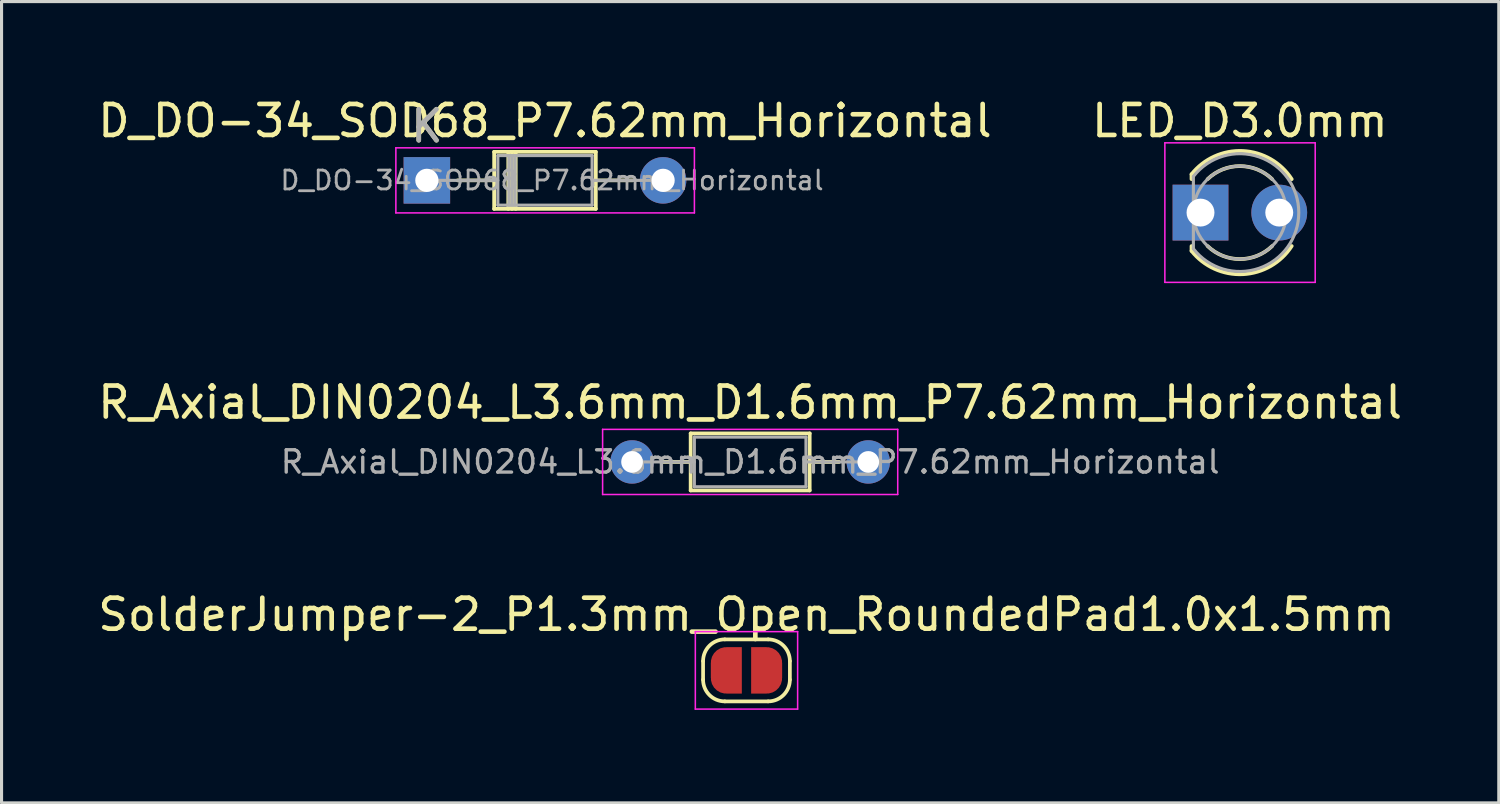
<source format=kicad_pcb>
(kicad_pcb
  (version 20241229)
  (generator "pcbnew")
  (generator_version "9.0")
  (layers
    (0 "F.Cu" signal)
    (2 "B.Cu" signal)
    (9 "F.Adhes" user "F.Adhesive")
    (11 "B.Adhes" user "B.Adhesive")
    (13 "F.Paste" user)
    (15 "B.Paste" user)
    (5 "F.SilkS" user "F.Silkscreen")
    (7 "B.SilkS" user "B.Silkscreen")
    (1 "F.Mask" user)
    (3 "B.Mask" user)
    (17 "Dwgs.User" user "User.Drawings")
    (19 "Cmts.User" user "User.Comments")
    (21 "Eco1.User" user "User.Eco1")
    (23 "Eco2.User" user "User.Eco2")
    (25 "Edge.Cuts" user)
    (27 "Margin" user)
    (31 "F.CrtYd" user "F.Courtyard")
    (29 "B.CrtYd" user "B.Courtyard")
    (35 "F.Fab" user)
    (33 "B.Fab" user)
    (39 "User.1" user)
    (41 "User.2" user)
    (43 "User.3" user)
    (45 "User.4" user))
  (footprint "LED_D3.0mm"
    (layer "F.Cu")
    (at 35.676 3.808)
    (property "Reference" "LED_D3.0mm" (at 1.27 -2.96 0) (layer "F.SilkS") (effects (font (size 1 1) (thickness 0.15))))
    (attr through_hole)
    (fp_line (start -0.29 -1.236) (end -0.29 -1.08) (stroke (width 0.12) (type solid)) (layer "F.SilkS"))
    (fp_line (start -0.29 1.08) (end -0.29 1.236) (stroke (width 0.12) (type solid)) (layer "F.SilkS"))
    (fp_arc (start -0.29 -1.235516) (mid 1.366487 -1.987659) (end 2.942335 -1.078608) (stroke (width 0.12) (type solid)) (layer "F.SilkS"))
    (fp_arc (start 0.229039 -1.08) (mid 1.270117 -1.5) (end 2.31113 -1.079837) (stroke (width 0.12) (type solid)) (layer "F.SilkS"))
    (fp_arc (start 2.31113 1.079837) (mid 1.270117 1.5) (end 0.229039 1.08) (stroke (width 0.12) (type solid)) (layer "F.SilkS"))
    (fp_arc (start 2.942335 1.078608) (mid 1.366487 1.987659) (end -0.29 1.235516) (stroke (width 0.12) (type solid)) (layer "F.SilkS"))
    (fp_line (start -1.15 -2.25) (end -1.15 2.25) (stroke (width 0.05) (type solid)) (layer "F.CrtYd"))
    (fp_line (start -1.15 2.25) (end 3.7 2.25) (stroke (width 0.05) (type solid)) (layer "F.CrtYd"))
    (fp_line (start 3.7 -2.25) (end -1.15 -2.25) (stroke (width 0.05) (type solid)) (layer "F.CrtYd"))
    (fp_line (start 3.7 2.25) (end 3.7 -2.25) (stroke (width 0.05) (type solid)) (layer "F.CrtYd"))
    (fp_line (start -0.23 -1.166) (end -0.23 1.166) (stroke (width 0.1) (type solid)) (layer "F.Fab"))
    (fp_arc (start -0.23 -1.16619) (mid 3.17 0.000452) (end -0.230555 1.165476) (stroke (width 0.1) (type solid)) (layer "F.Fab"))
    (fp_circle (center 1.27 0) (end 2.77 0) (stroke (width 0.1) (type solid)) (fill no) (layer "F.Fab"))
    (pad "1" thru_hole rect (at 0 0) (size 1.8 1.8) (drill 0.9) (layers "*.Cu" "*.Mask"))
    (pad "2" thru_hole circle (at 2.54 0) (size 1.8 1.8) (drill 0.9) (layers "*.Cu" "*.Mask")))
  (footprint "SolderJumper-2_P1.3mm_Open_RoundedPad1.0x1.5mm"
    (layer "F.Cu")
    (at 21.03 18.575)
    (property "Reference" "SolderJumper-2_P1.3mm_Open_RoundedPad1.0x1.5mm" (at 0 -1.8 0) (layer "F.SilkS") (effects (font (size 1 1) (thickness 0.15))))
    (attr exclude_from_pos_files exclude_from_bom)
    (fp_line (start -1.4 0.3) (end -1.4 -0.3) (stroke (width 0.12) (type solid)) (layer "F.SilkS"))
    (fp_line (start -0.7 -1) (end 0.7 -1) (stroke (width 0.12) (type solid)) (layer "F.SilkS"))
    (fp_line (start 0.7 1) (end -0.7 1) (stroke (width 0.12) (type solid)) (layer "F.SilkS"))
    (fp_line (start 1.4 -0.3) (end 1.4 0.3) (stroke (width 0.12) (type solid)) (layer "F.SilkS"))
    (fp_arc (start -1.4 -0.3) (mid -1.194975 -0.794975) (end -0.7 -1) (stroke (width 0.12) (type solid)) (layer "F.SilkS"))
    (fp_arc (start -0.7 1) (mid -1.194975 0.794975) (end -1.4 0.3) (stroke (width 0.12) (type solid)) (layer "F.SilkS"))
    (fp_arc (start 0.7 -1) (mid 1.194975 -0.794975) (end 1.4 -0.3) (stroke (width 0.12) (type solid)) (layer "F.SilkS"))
    (fp_arc (start 1.4 0.3) (mid 1.194975 0.794975) (end 0.7 1) (stroke (width 0.12) (type solid)) (layer "F.SilkS"))
    (fp_line (start -1.65 -1.25) (end -1.65 1.25) (stroke (width 0.05) (type solid)) (layer "F.CrtYd"))
    (fp_line (start -1.65 -1.25) (end 1.65 -1.25) (stroke (width 0.05) (type solid)) (layer "F.CrtYd"))
    (fp_line (start 1.65 1.25) (end -1.65 1.25) (stroke (width 0.05) (type solid)) (layer "F.CrtYd"))
    (fp_line (start 1.65 1.25) (end 1.65 -1.25) (stroke (width 0.05) (type solid)) (layer "F.CrtYd"))
    (pad "1" smd custom (at -0.65 0) (size 1 0.5) (layers "F.Cu" "F.Mask") (options (anchor rect)) (primitives (gr_circle (center 0 0.25) (end 0.5 0.25) (width 0) (fill yes)) (gr_circle (center 0 -0.25) (end 0.5 -0.25) (width 0) (fill yes)) (gr_poly (pts (xy 0.5 0.75) (xy 0 0.75) (xy 0 -0.75) (xy 0.5 -0.75)) (width 0) (fill yes))))
    (pad "2" smd custom (at 0.65 0) (size 1 0.5) (layers "F.Cu" "F.Mask") (options (anchor rect)) (primitives (gr_circle (center 0 0.25) (end 0.5 0.25) (width 0) (fill yes)) (gr_circle (center 0 -0.25) (end 0.5 -0.25) (width 0) (fill yes)) (gr_poly (pts (xy 0 0.75) (xy -0.5 0.75) (xy -0.5 -0.75) (xy 0 -0.75)) (width 0) (fill yes)))))
  (footprint "D_DO-34_SOD68_P7.62mm_Horizontal"
    (layer "F.Cu")
    (at 10.72 2.768)
    (property "Reference" "D_DO-34_SOD68_P7.62mm_Horizontal" (at 3.81 -1.92 0) (layer "F.SilkS") (effects (font (size 1 1) (thickness 0.15))))
    (attr through_hole)
    (fp_line (start 0.99 0) (end 2.17 0) (stroke (width 0.12) (type solid)) (layer "F.SilkS"))
    (fp_line (start 2.17 -0.92) (end 2.17 0.92) (stroke (width 0.12) (type solid)) (layer "F.SilkS"))
    (fp_line (start 2.17 0.92) (end 5.45 0.92) (stroke (width 0.12) (type solid)) (layer "F.SilkS"))
    (fp_line (start 2.626 -0.92) (end 2.626 0.92) (stroke (width 0.12) (type solid)) (layer "F.SilkS"))
    (fp_line (start 2.746 -0.92) (end 2.746 0.92) (stroke (width 0.12) (type solid)) (layer "F.SilkS"))
    (fp_line (start 2.866 -0.92) (end 2.866 0.92) (stroke (width 0.12) (type solid)) (layer "F.SilkS"))
    (fp_line (start 5.45 -0.92) (end 2.17 -0.92) (stroke (width 0.12) (type solid)) (layer "F.SilkS"))
    (fp_line (start 5.45 0.92) (end 5.45 -0.92) (stroke (width 0.12) (type solid)) (layer "F.SilkS"))
    (fp_line (start 6.63 0) (end 5.45 0) (stroke (width 0.12) (type solid)) (layer "F.SilkS"))
    (fp_line (start -1 -1.05) (end -1 1.05) (stroke (width 0.05) (type solid)) (layer "F.CrtYd"))
    (fp_line (start -1 1.05) (end 8.63 1.05) (stroke (width 0.05) (type solid)) (layer "F.CrtYd"))
    (fp_line (start 8.63 -1.05) (end -1 -1.05) (stroke (width 0.05) (type solid)) (layer "F.CrtYd"))
    (fp_line (start 8.63 1.05) (end 8.63 -1.05) (stroke (width 0.05) (type solid)) (layer "F.CrtYd"))
    (fp_line (start 0 0) (end 2.29 0) (stroke (width 0.1) (type solid)) (layer "F.Fab"))
    (fp_line (start 2.29 -0.8) (end 2.29 0.8) (stroke (width 0.1) (type solid)) (layer "F.Fab"))
    (fp_line (start 2.29 0.8) (end 5.33 0.8) (stroke (width 0.1) (type solid)) (layer "F.Fab"))
    (fp_line (start 2.646 -0.8) (end 2.646 0.8) (stroke (width 0.1) (type solid)) (layer "F.Fab"))
    (fp_line (start 2.746 -0.8) (end 2.746 0.8) (stroke (width 0.1) (type solid)) (layer "F.Fab"))
    (fp_line (start 2.846 -0.8) (end 2.846 0.8) (stroke (width 0.1) (type solid)) (layer "F.Fab"))
    (fp_line (start 5.33 -0.8) (end 2.29 -0.8) (stroke (width 0.1) (type solid)) (layer "F.Fab"))
    (fp_line (start 5.33 0.8) (end 5.33 -0.8) (stroke (width 0.1) (type solid)) (layer "F.Fab"))
    (fp_line (start 7.62 0) (end 5.33 0) (stroke (width 0.1) (type solid)) (layer "F.Fab"))
    (fp_text user "K" (at 0 -1.75 0) (layer "F.SilkS") (effects (font (size 1 1) (thickness 0.15))))
    (fp_text user "K" (at 0 -1.75 0) (layer "F.Fab") (effects (font (size 1 1) (thickness 0.15))))
    (fp_text user "${REFERENCE}" (at 4.038 0 0) (layer "F.Fab") (effects (font (size 0.608 0.608) (thickness 0.091))))
    (pad "1" thru_hole rect (at 0 0) (size 1.5 1.5) (drill 0.75) (layers "*.Cu" "*.Mask"))
    (pad "2" thru_hole oval (at 7.62 0) (size 1.5 1.5) (drill 0.75) (layers "*.Cu" "*.Mask")))
  (footprint "R_Axial_DIN0204_L3.6mm_D1.6mm_P7.62mm_Horizontal"
    (layer "F.Cu")
    (at 17.339 11.851)
    (property "Reference" "R_Axial_DIN0204_L3.6mm_D1.6mm_P7.62mm_Horizontal" (at 3.81 -1.92 0) (layer "F.SilkS") (effects (font (size 1 1) (thickness 0.15))))
    (attr through_hole)
    (fp_line (start 0.94 0) (end 1.89 0) (stroke (width 0.12) (type solid)) (layer "F.SilkS"))
    (fp_line (start 1.89 -0.92) (end 1.89 0.92) (stroke (width 0.12) (type solid)) (layer "F.SilkS"))
    (fp_line (start 1.89 0.92) (end 5.73 0.92) (stroke (width 0.12) (type solid)) (layer "F.SilkS"))
    (fp_line (start 5.73 -0.92) (end 1.89 -0.92) (stroke (width 0.12) (type solid)) (layer "F.SilkS"))
    (fp_line (start 5.73 0.92) (end 5.73 -0.92) (stroke (width 0.12) (type solid)) (layer "F.SilkS"))
    (fp_line (start 6.68 0) (end 5.73 0) (stroke (width 0.12) (type solid)) (layer "F.SilkS"))
    (fp_line (start -0.95 -1.05) (end -0.95 1.05) (stroke (width 0.05) (type solid)) (layer "F.CrtYd"))
    (fp_line (start -0.95 1.05) (end 8.57 1.05) (stroke (width 0.05) (type solid)) (layer "F.CrtYd"))
    (fp_line (start 8.57 -1.05) (end -0.95 -1.05) (stroke (width 0.05) (type solid)) (layer "F.CrtYd"))
    (fp_line (start 8.57 1.05) (end 8.57 -1.05) (stroke (width 0.05) (type solid)) (layer "F.CrtYd"))
    (fp_line (start 0 0) (end 2.01 0) (stroke (width 0.1) (type solid)) (layer "F.Fab"))
    (fp_line (start 2.01 -0.8) (end 2.01 0.8) (stroke (width 0.1) (type solid)) (layer "F.Fab"))
    (fp_line (start 2.01 0.8) (end 5.61 0.8) (stroke (width 0.1) (type solid)) (layer "F.Fab"))
    (fp_line (start 5.61 -0.8) (end 2.01 -0.8) (stroke (width 0.1) (type solid)) (layer "F.Fab"))
    (fp_line (start 5.61 0.8) (end 5.61 -0.8) (stroke (width 0.1) (type solid)) (layer "F.Fab"))
    (fp_line (start 7.62 0) (end 5.61 0) (stroke (width 0.1) (type solid)) (layer "F.Fab"))
    (fp_text user "${REFERENCE}" (at 3.81 0 0) (layer "F.Fab") (effects (font (size 0.72 0.72) (thickness 0.108))))
    (pad "1" thru_hole circle (at 0 0) (size 1.4 1.4) (drill 0.7) (layers "*.Cu" "*.Mask"))
    (pad "2" thru_hole oval (at 7.62 0) (size 1.4 1.4) (drill 0.7) (layers "*.Cu" "*.Mask")))
  (gr_rect
    (start -3 -3)
    (end 45.298 22.85)
    (stroke (width 0.1) (type default))
    (fill no)
    (layer "Edge.Cuts")))
</source>
